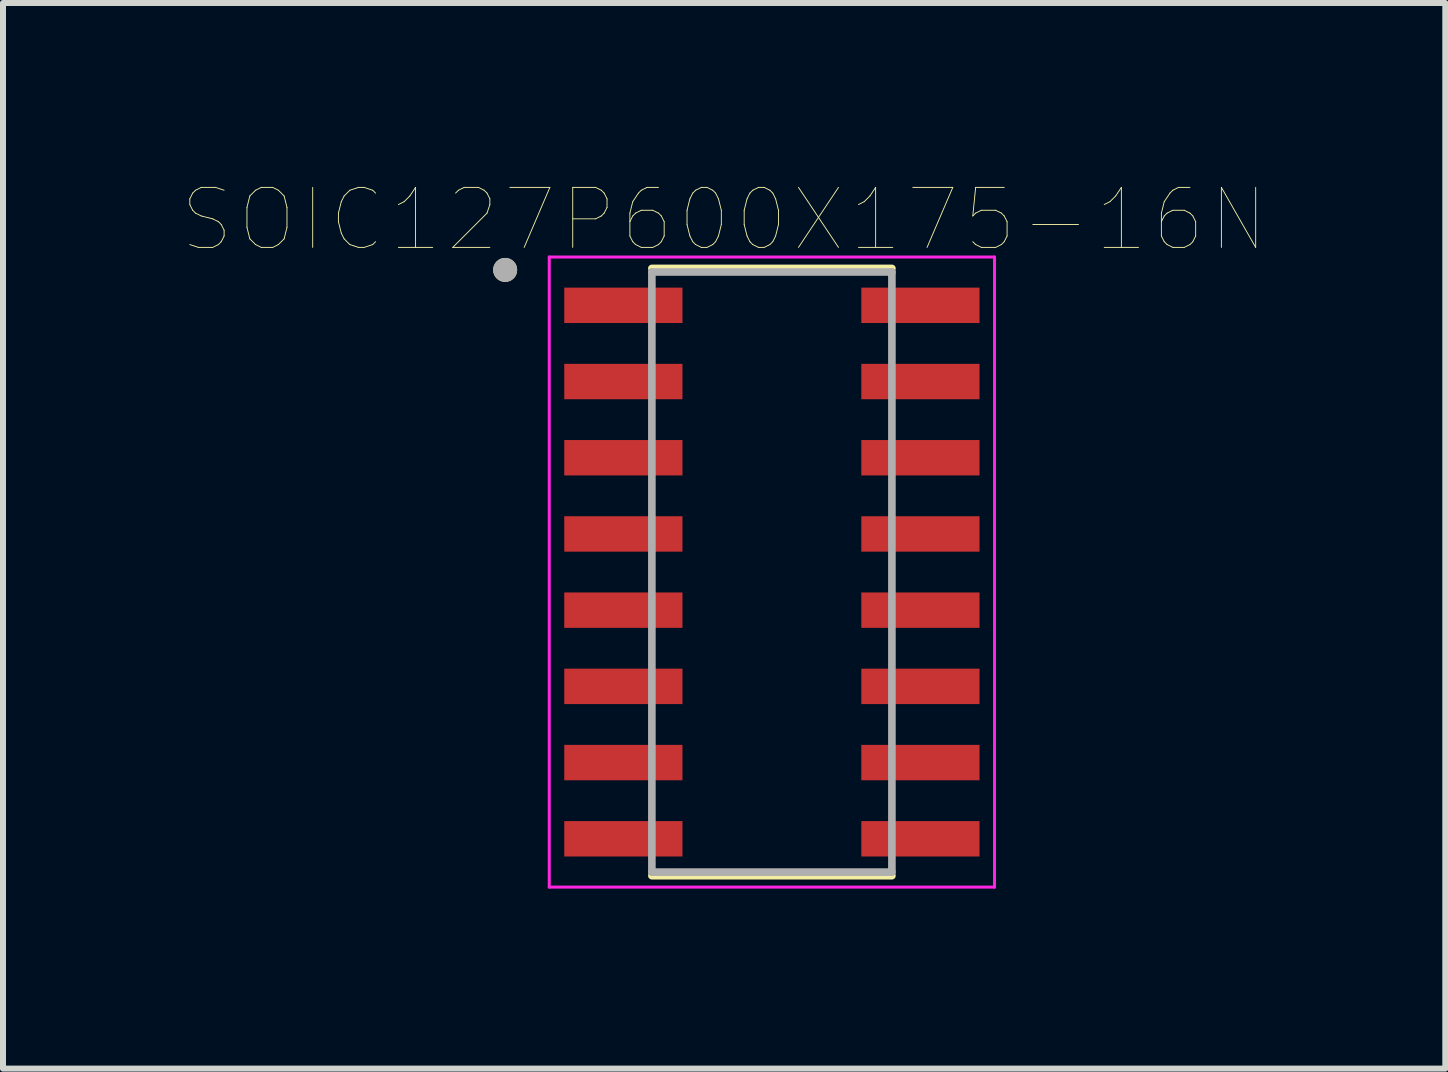
<source format=kicad_pcb>
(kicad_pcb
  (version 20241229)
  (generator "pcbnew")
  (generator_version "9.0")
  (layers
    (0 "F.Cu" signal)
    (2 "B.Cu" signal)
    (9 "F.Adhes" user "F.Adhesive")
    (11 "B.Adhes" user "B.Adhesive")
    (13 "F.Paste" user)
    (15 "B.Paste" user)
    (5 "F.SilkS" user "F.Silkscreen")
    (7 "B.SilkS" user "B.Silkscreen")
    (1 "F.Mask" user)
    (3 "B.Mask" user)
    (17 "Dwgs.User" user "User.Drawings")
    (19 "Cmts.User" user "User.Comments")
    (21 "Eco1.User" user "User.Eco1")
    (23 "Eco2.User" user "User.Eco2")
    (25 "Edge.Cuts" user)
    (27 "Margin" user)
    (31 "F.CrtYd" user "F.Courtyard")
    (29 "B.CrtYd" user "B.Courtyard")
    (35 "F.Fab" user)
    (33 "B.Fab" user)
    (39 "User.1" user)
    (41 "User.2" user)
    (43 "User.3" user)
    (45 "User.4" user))
  (footprint "SOIC127P600X175-16N"
    (layer "F.Cu")
    (at 9.813 6.483)
    (property "Reference" "SOIC127P600X175-16N" (at -0.795 -5.872 0) (layer "F.SilkS") (effects (font (size 1 1) (thickness 0.015))))
    (attr through_hole)
    (fp_line (start -2 -5.06) (end 2 -5.06) (stroke (width 0.127) (type solid)) (layer "F.SilkS"))
    (fp_line (start -2 5.06) (end 2 5.06) (stroke (width 0.127) (type solid)) (layer "F.SilkS"))
    (fp_circle (center -4.445 -5.035) (end -4.345 -5.035) (stroke (width 0.2) (type solid)) (fill no) (layer "F.SilkS"))
    (fp_line (start -3.71 -5.25) (end -3.71 5.25) (stroke (width 0.05) (type solid)) (layer "F.CrtYd"))
    (fp_line (start -3.71 -5.25) (end 3.71 -5.25) (stroke (width 0.05) (type solid)) (layer "F.CrtYd"))
    (fp_line (start -3.71 5.25) (end 3.71 5.25) (stroke (width 0.05) (type solid)) (layer "F.CrtYd"))
    (fp_line (start 3.71 -5.25) (end 3.71 5.25) (stroke (width 0.05) (type solid)) (layer "F.CrtYd"))
    (fp_line (start -2 -5) (end -2 5) (stroke (width 0.127) (type solid)) (layer "F.Fab"))
    (fp_line (start -2 -5) (end 2 -5) (stroke (width 0.127) (type solid)) (layer "F.Fab"))
    (fp_line (start -2 5) (end 2 5) (stroke (width 0.127) (type solid)) (layer "F.Fab"))
    (fp_line (start 2 -5) (end 2 5) (stroke (width 0.127) (type solid)) (layer "F.Fab"))
    (fp_circle (center -4.445 -5.035) (end -4.345 -5.035) (stroke (width 0.2) (type solid)) (fill no) (layer "F.Fab"))
    (pad "1" smd rect (at -2.475 -4.445) (size 1.97 0.59) (layers "F.Cu" "F.Mask" "F.Paste"))
    (pad "2" smd rect (at -2.475 -3.175) (size 1.97 0.59) (layers "F.Cu" "F.Mask" "F.Paste"))
    (pad "3" smd rect (at -2.475 -1.905) (size 1.97 0.59) (layers "F.Cu" "F.Mask" "F.Paste"))
    (pad "4" smd rect (at -2.475 -0.635) (size 1.97 0.59) (layers "F.Cu" "F.Mask" "F.Paste"))
    (pad "5" smd rect (at -2.475 0.635) (size 1.97 0.59) (layers "F.Cu" "F.Mask" "F.Paste"))
    (pad "6" smd rect (at -2.475 1.905) (size 1.97 0.59) (layers "F.Cu" "F.Mask" "F.Paste"))
    (pad "7" smd rect (at -2.475 3.175) (size 1.97 0.59) (layers "F.Cu" "F.Mask" "F.Paste"))
    (pad "8" smd rect (at -2.475 4.445) (size 1.97 0.59) (layers "F.Cu" "F.Mask" "F.Paste"))
    (pad "9" smd rect (at 2.475 4.445) (size 1.97 0.59) (layers "F.Cu" "F.Mask" "F.Paste"))
    (pad "10" smd rect (at 2.475 3.175) (size 1.97 0.59) (layers "F.Cu" "F.Mask" "F.Paste"))
    (pad "11" smd rect (at 2.475 1.905) (size 1.97 0.59) (layers "F.Cu" "F.Mask" "F.Paste"))
    (pad "12" smd rect (at 2.475 0.635) (size 1.97 0.59) (layers "F.Cu" "F.Mask" "F.Paste"))
    (pad "13" smd rect (at 2.475 -0.635) (size 1.97 0.59) (layers "F.Cu" "F.Mask" "F.Paste"))
    (pad "14" smd rect (at 2.475 -1.905) (size 1.97 0.59) (layers "F.Cu" "F.Mask" "F.Paste"))
    (pad "15" smd rect (at 2.475 -3.175) (size 1.97 0.59) (layers "F.Cu" "F.Mask" "F.Paste"))
    (pad "16" smd rect (at 2.475 -4.445) (size 1.97 0.59) (layers "F.Cu" "F.Mask" "F.Paste")))
  (gr_rect
    (start -3 -3)
    (end 21.035 14.758)
    (stroke (width 0.1) (type default))
    (fill no)
    (layer "Edge.Cuts")))
</source>
